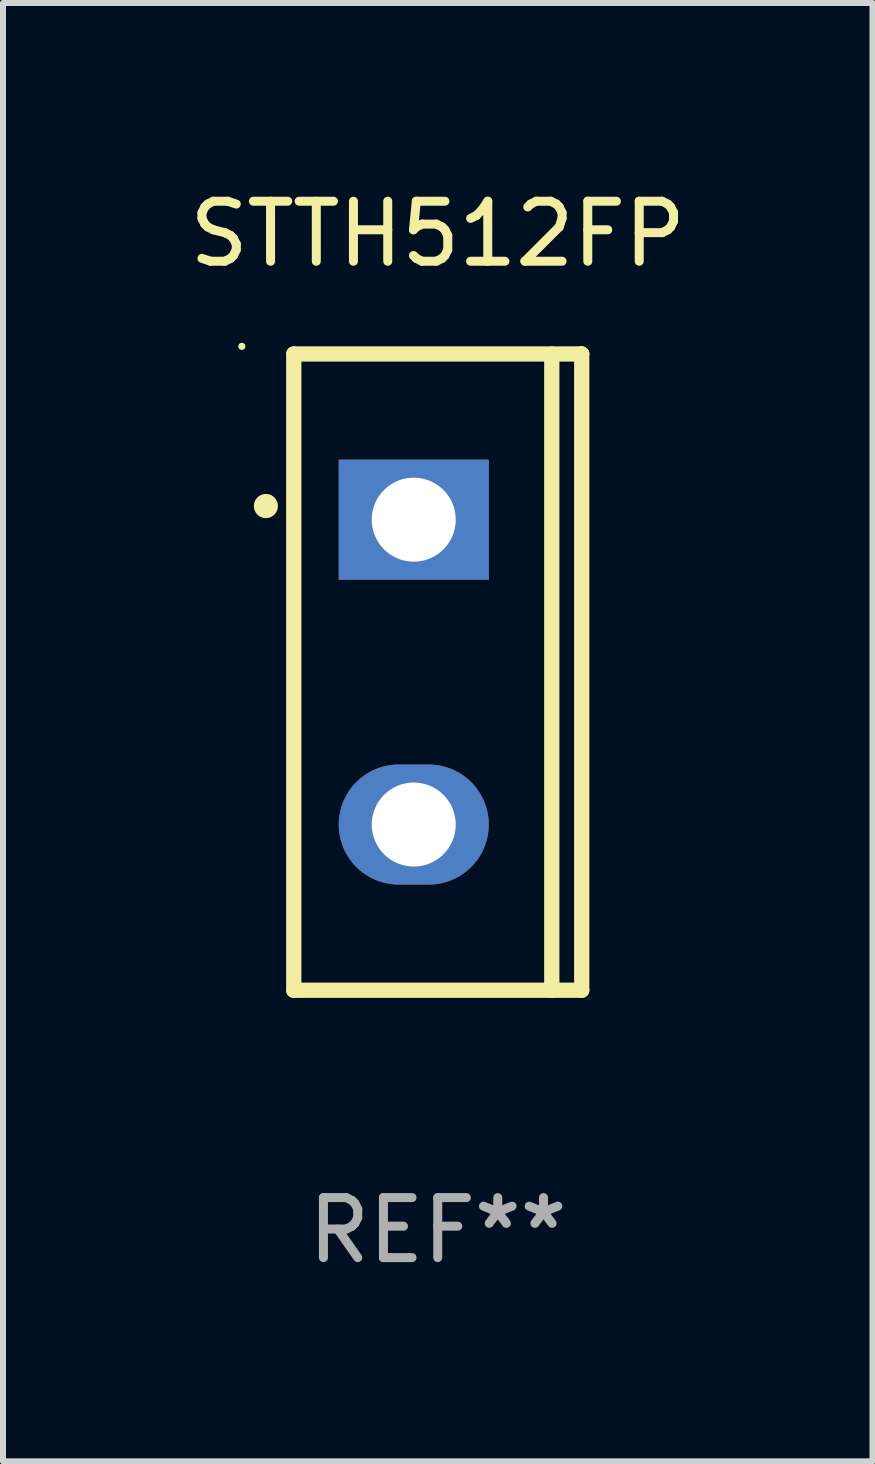
<source format=kicad_pcb>
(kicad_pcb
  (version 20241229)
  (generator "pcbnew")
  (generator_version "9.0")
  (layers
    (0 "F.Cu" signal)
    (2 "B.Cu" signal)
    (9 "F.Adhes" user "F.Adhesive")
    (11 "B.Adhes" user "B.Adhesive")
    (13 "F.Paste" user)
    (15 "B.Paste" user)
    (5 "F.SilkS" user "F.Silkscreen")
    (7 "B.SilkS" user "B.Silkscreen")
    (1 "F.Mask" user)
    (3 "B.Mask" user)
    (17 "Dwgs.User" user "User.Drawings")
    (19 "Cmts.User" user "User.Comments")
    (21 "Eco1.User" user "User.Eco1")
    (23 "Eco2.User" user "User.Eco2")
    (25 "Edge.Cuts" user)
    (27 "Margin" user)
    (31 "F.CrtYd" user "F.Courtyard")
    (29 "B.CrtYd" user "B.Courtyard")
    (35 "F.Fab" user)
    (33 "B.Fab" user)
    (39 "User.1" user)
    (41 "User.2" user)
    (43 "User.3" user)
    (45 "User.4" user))
  (footprint "STTH512FP"
    (layer "F.Cu")
    (at 4.244 8.149)
    (property "Reference" "STTH512FP" (at 0 -7.301 0) (layer "F.SilkS") (effects (font (size 1 1) (thickness 0.15))))
    (attr through_hole)
    (fp_line (start -2.399 -5.301) (end 2.394 -5.301) (stroke (width 0.254) (type solid)) (layer "F.SilkS"))
    (fp_line (start -2.399 5.301) (end -2.399 -5.301) (stroke (width 0.254) (type solid)) (layer "F.SilkS"))
    (fp_line (start 1.9 5.3) (end 1.9 -5.3) (stroke (width 0.254) (type solid)) (layer "F.SilkS"))
    (fp_line (start 2.394 -5.301) (end 2.399 -5.301) (stroke (width 0.254) (type solid)) (layer "F.SilkS"))
    (fp_line (start 2.399 -5.301) (end 2.399 5.301) (stroke (width 0.254) (type solid)) (layer "F.SilkS"))
    (fp_line (start 2.399 5.301) (end -2.399 5.301) (stroke (width 0.254) (type solid)) (layer "F.SilkS"))
    (fp_arc (start -2.863843 -2.766066) (mid -2.863847 -2.767336) (end -2.863843 -2.768606) (stroke (width 0.4) (type solid)) (layer "F.SilkS"))
    (fp_circle (center -3.264 -5.428) (end -3.234 -5.428) (stroke (width 0.06) (type solid)) (fill no) (layer "F.SilkS"))
    (fp_text user "REF**" (at 0 9.301 0) (layer "F.Fab") (effects (font (size 1 1) (thickness 0.15))))
    (pad "1" thru_hole rect (at -0.4 -2.54 270) (size 2 2.5) (drill 1.4) (layers "*.Cu" "*.Mask"))
    (pad "2" thru_hole oval (at -0.4 2.54 270) (size 2 2.5) (drill 1.4) (layers "*.Cu" "*.Mask")))
  (gr_rect
    (start -3 -3)
    (end 11.488 21.299)
    (stroke (width 0.1) (type default))
    (fill no)
    (layer "Edge.Cuts")))
</source>
